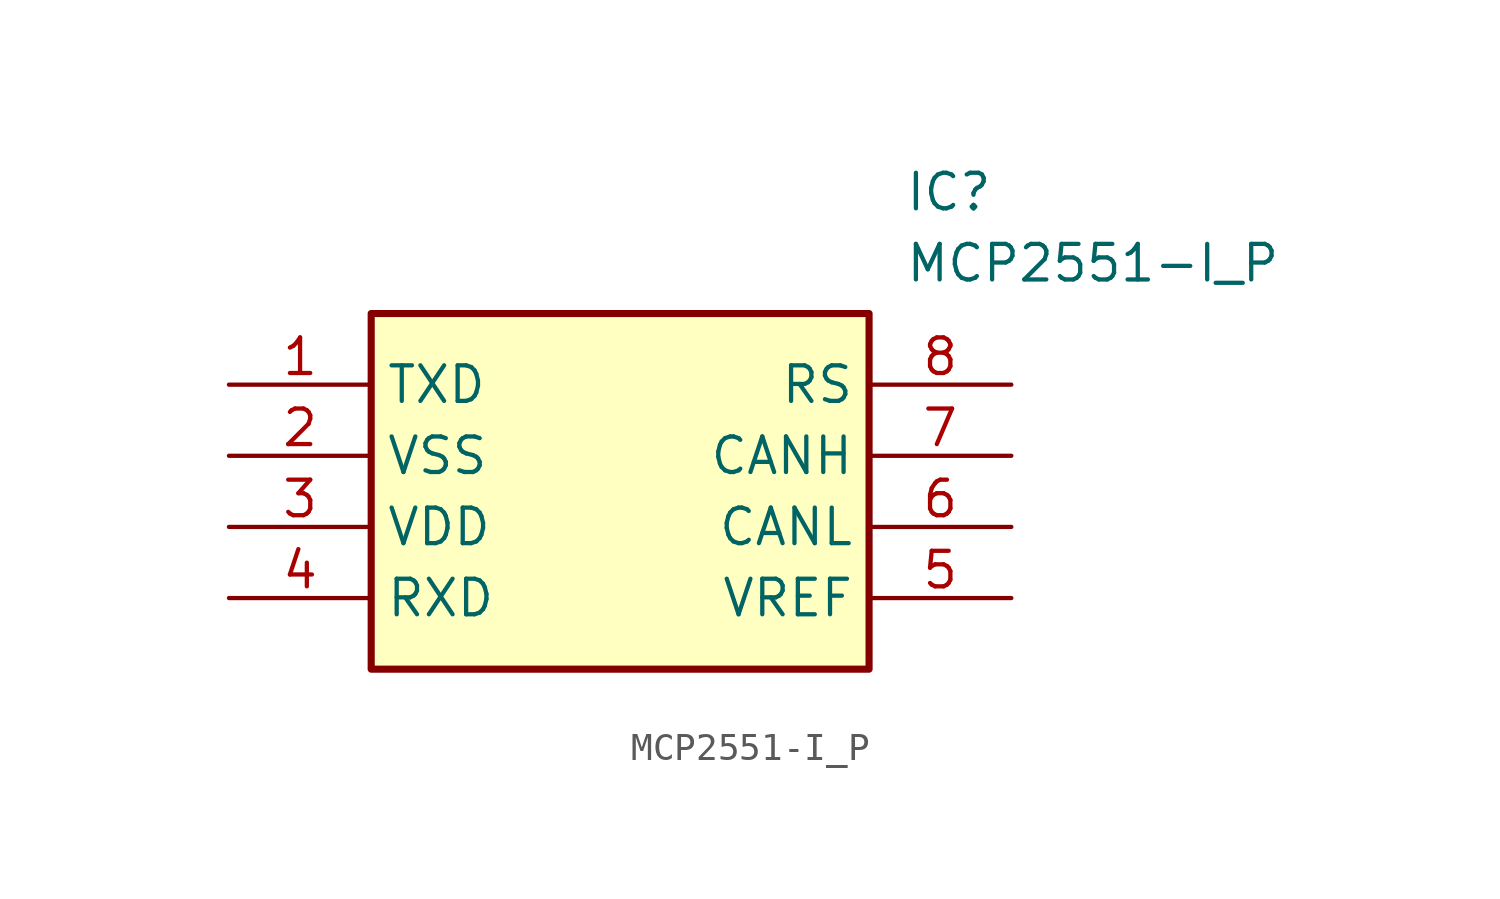
<source format=kicad_sym>
(kicad_symbol_lib
  (version 20211014)
  (generator SamacSys_ECAD_Model)
  (symbol "MCP2551-I_P"
    (property "Reference" "IC"
      (at 24.13 7.62 0)
      (effects (font (size 1.27 1.27)) (justify left top)))
    (property "Value" "MCP2551-I_P"
      (at 24.13 5.08 0)
      (effects (font (size 1.27 1.27)) (justify left top)))
    (rectangle
      (start 5.08 2.54)
      (end 22.86 -10.16)
      (stroke (width 0.254) (type default))
      (fill (type background)))
    (pin passive line
      (at 0 0 0)
      (length 5.08)
      (name "TXD" (effects (font (size 1.27 1.27))))
      (number "1" (effects (font (size 1.27 1.27)))))
    (pin passive line
      (at 0 -2.54 0)
      (length 5.08)
      (name "VSS" (effects (font (size 1.27 1.27))))
      (number "2" (effects (font (size 1.27 1.27)))))
    (pin passive line
      (at 0 -5.08 0)
      (length 5.08)
      (name "VDD" (effects (font (size 1.27 1.27))))
      (number "3" (effects (font (size 1.27 1.27)))))
    (pin passive line
      (at 0 -7.62 0)
      (length 5.08)
      (name "RXD" (effects (font (size 1.27 1.27))))
      (number "4" (effects (font (size 1.27 1.27)))))
    (pin passive line
      (at 27.94 0 180)
      (length 5.08)
      (name "RS" (effects (font (size 1.27 1.27))))
      (number "8" (effects (font (size 1.27 1.27)))))
    (pin passive line
      (at 27.94 -2.54 180)
      (length 5.08)
      (name "CANH" (effects (font (size 1.27 1.27))))
      (number "7" (effects (font (size 1.27 1.27)))))
    (pin passive line
      (at 27.94 -5.08 180)
      (length 5.08)
      (name "CANL" (effects (font (size 1.27 1.27))))
      (number "6" (effects (font (size 1.27 1.27)))))
    (pin passive line
      (at 27.94 -7.62 180)
      (length 5.08)
      (name "VREF" (effects (font (size 1.27 1.27))))
      (number "5" (effects (font (size 1.27 1.27)))))))
</source>
